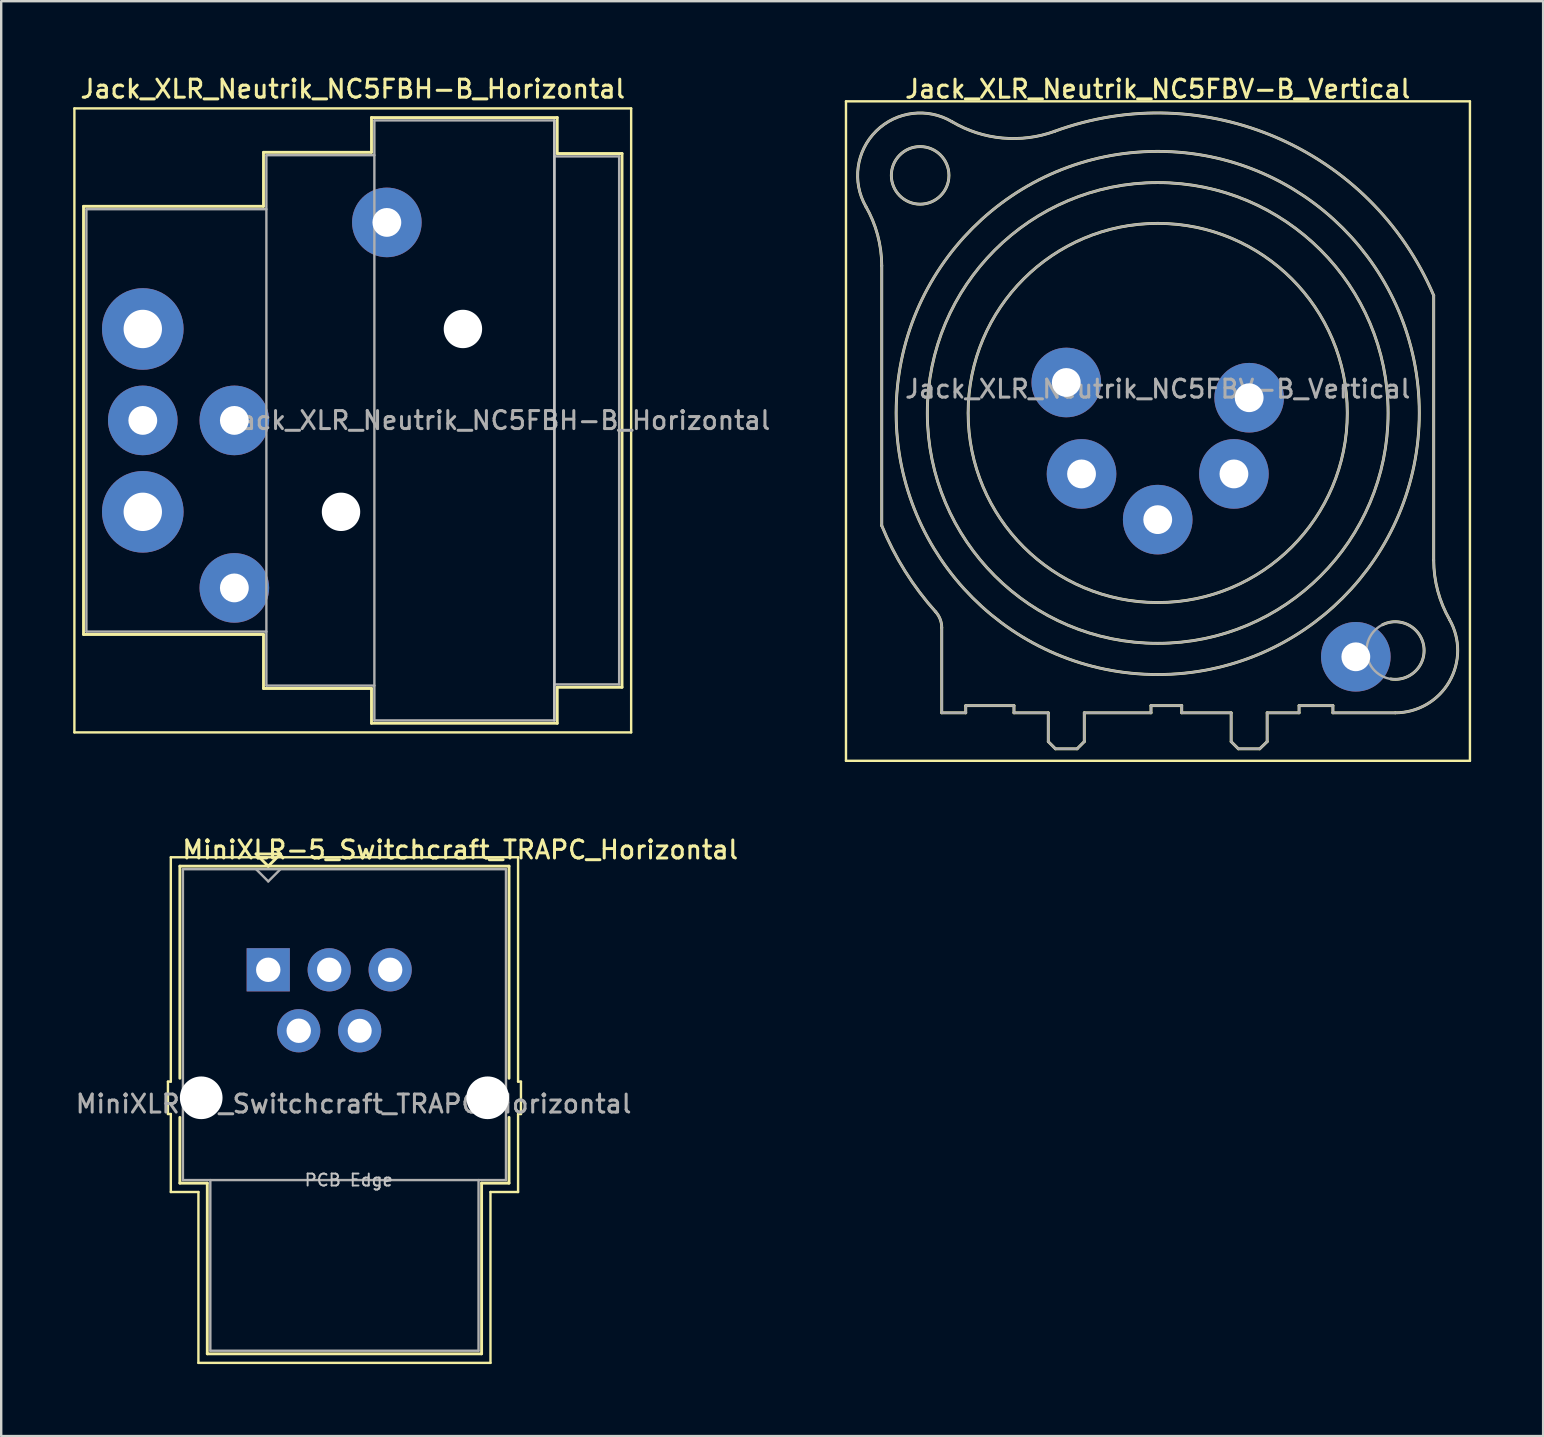
<source format=kicad_pcb>
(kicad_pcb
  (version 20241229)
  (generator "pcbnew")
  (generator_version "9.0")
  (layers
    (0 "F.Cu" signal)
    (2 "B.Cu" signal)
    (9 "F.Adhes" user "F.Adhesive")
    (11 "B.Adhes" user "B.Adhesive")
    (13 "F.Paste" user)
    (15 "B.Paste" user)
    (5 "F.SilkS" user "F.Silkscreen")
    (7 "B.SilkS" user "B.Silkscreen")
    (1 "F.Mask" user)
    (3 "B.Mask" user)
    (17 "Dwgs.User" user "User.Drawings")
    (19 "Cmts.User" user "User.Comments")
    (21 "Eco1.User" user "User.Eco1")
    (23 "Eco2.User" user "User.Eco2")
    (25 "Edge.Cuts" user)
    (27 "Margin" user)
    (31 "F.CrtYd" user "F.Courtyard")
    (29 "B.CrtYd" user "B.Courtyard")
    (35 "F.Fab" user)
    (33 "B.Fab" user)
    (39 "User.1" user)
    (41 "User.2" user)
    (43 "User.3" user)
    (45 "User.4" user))
  (footprint "Jack_XLR_Neutrik_NC5FBH-B_Horizontal"
    (layer "F.Cu")
    (at 2.9 10.658)
    (property "Reference" "Jack_XLR_Neutrik_NC5FBH-B_Horizontal" (at 8.75 -10 0) (layer "F.SilkS") (effects (font (size 0.75 0.75) (thickness 0.125))))
    (attr through_hole)
    (fp_line (start -2.85 -9.19) (end -2.85 16.81) (stroke (width 0.1) (type solid)) (layer "F.SilkS"))
    (fp_line (start -2.47 -5.11) (end -2.47 12.73) (stroke (width 0.12) (type solid)) (layer "F.SilkS"))
    (fp_line (start 5.03 -5.11) (end -2.47 -5.11) (stroke (width 0.12) (type solid)) (layer "F.SilkS"))
    (fp_line (start 5.03 -5.11) (end 5.03 -7.36) (stroke (width 0.12) (type solid)) (layer "F.SilkS"))
    (fp_line (start 5.03 12.73) (end -2.47 12.73) (stroke (width 0.12) (type solid)) (layer "F.SilkS"))
    (fp_line (start 5.03 12.73) (end 5.03 14.98) (stroke (width 0.12) (type solid)) (layer "F.SilkS"))
    (fp_line (start 9.53 -7.36) (end 5.03 -7.36) (stroke (width 0.12) (type solid)) (layer "F.SilkS"))
    (fp_line (start 9.53 -7.36) (end 9.53 -8.81) (stroke (width 0.12) (type solid)) (layer "F.SilkS"))
    (fp_line (start 9.53 14.98) (end 5.03 14.98) (stroke (width 0.12) (type solid)) (layer "F.SilkS"))
    (fp_line (start 9.53 16.43) (end 9.53 14.98) (stroke (width 0.12) (type solid)) (layer "F.SilkS"))
    (fp_line (start 17.27 -8.81) (end 9.53 -8.81) (stroke (width 0.12) (type solid)) (layer "F.SilkS"))
    (fp_line (start 17.27 -8.81) (end 17.27 -7.31) (stroke (width 0.12) (type solid)) (layer "F.SilkS"))
    (fp_line (start 17.27 -7.31) (end 19.97 -7.31) (stroke (width 0.12) (type solid)) (layer "F.SilkS"))
    (fp_line (start 17.27 14.93) (end 17.27 16.43) (stroke (width 0.12) (type solid)) (layer "F.SilkS"))
    (fp_line (start 17.27 14.93) (end 19.97 14.93) (stroke (width 0.12) (type solid)) (layer "F.SilkS"))
    (fp_line (start 17.27 16.43) (end 9.53 16.43) (stroke (width 0.12) (type solid)) (layer "F.SilkS"))
    (fp_line (start 19.97 -7.31) (end 19.97 14.93) (stroke (width 0.12) (type solid)) (layer "F.SilkS"))
    (fp_line (start 20.35 -9.19) (end -2.85 -9.19) (stroke (width 0.1) (type solid)) (layer "F.SilkS"))
    (fp_line (start 20.35 -9.19) (end 20.35 16.81) (stroke (width 0.1) (type solid)) (layer "F.SilkS"))
    (fp_line (start 20.35 16.81) (end -2.85 16.81) (stroke (width 0.1) (type solid)) (layer "F.SilkS"))
    (fp_line (start 17.15 -8.69) (end 17.15 16.31) (stroke (width 0.1) (type solid)) (layer "Dwgs.User"))
    (fp_line (start -2.35 -4.99) (end -2.35 12.61) (stroke (width 0.1) (type solid)) (layer "F.Fab"))
    (fp_line (start 5.15 -4.99) (end -2.35 -4.99) (stroke (width 0.1) (type solid)) (layer "F.Fab"))
    (fp_line (start 5.15 12.61) (end -2.35 12.61) (stroke (width 0.1) (type solid)) (layer "F.Fab"))
    (fp_line (start 5.15 14.86) (end 5.15 -7.24) (stroke (width 0.1) (type solid)) (layer "F.Fab"))
    (fp_line (start 5.15 14.86) (end 9.65 14.86) (stroke (width 0.1) (type solid)) (layer "F.Fab"))
    (fp_line (start 9.65 -8.69) (end 17.15 -8.69) (stroke (width 0.1) (type solid)) (layer "F.Fab"))
    (fp_line (start 9.65 -7.24) (end 5.15 -7.24) (stroke (width 0.1) (type solid)) (layer "F.Fab"))
    (fp_line (start 9.65 16.31) (end 9.65 -8.69) (stroke (width 0.1) (type solid)) (layer "F.Fab"))
    (fp_line (start 17.15 -8.69) (end 17.15 16.31) (stroke (width 0.1) (type solid)) (layer "F.Fab"))
    (fp_line (start 17.15 -7.19) (end 19.85 -7.19) (stroke (width 0.1) (type solid)) (layer "F.Fab"))
    (fp_line (start 17.15 16.31) (end 9.65 16.31) (stroke (width 0.1) (type solid)) (layer "F.Fab"))
    (fp_line (start 19.85 -7.19) (end 19.85 14.81) (stroke (width 0.1) (type solid)) (layer "F.Fab"))
    (fp_line (start 19.85 14.81) (end 17.15 14.81) (stroke (width 0.1) (type solid)) (layer "F.Fab"))
    (fp_text user "${REFERENCE}" (at 14.8 3.81 0) (layer "F.Fab") (effects (font (size 0.75 0.75) (thickness 0.125))))
    (pad "" np_thru_hole circle (at 8.26 7.62) (size 1.6 1.6) (drill 1.6) (layers "*.Cu" "*.Mask"))
    (pad "" np_thru_hole circle (at 13.34 0) (size 1.6 1.6) (drill 1.6) (layers "*.Cu" "*.Mask"))
    (pad "1" thru_hole circle (at 0 0) (size 3.4 3.4) (drill 1.6) (layers "*.Cu" "*.Mask"))
    (pad "2" thru_hole circle (at 3.815 3.81) (size 2.9 2.9) (drill 1.2) (layers "*.Cu" "*.Mask"))
    (pad "3" thru_hole circle (at 0 3.81) (size 2.9 2.9) (drill 1.2) (layers "*.Cu" "*.Mask"))
    (pad "4" thru_hole circle (at 3.815 10.79) (size 2.9 2.9) (drill 1.2) (layers "*.Cu" "*.Mask"))
    (pad "5" thru_hole circle (at 0 7.62) (size 3.4 3.4) (drill 1.6) (layers "*.Cu" "*.Mask"))
    (pad "G" thru_hole circle (at 10.17 -4.44) (size 2.9 2.9) (drill 1.2) (layers "*.Cu" "*.Mask")))
  (footprint "Jack_XLR_Neutrik_NC5FBV-B_Vertical"
    (layer "F.Cu")
    (at 49.002 13.523)
    (property "Reference" "Jack_XLR_Neutrik_NC5FBV-B_Vertical" (at -3.81 -12.865 0) (layer "F.SilkS") (effects (font (size 0.75 0.75) (thickness 0.125))))
    (attr through_hole)
    (fp_line (start -16.8 -12.35) (end 9.2 -12.35) (stroke (width 0.1) (type solid)) (layer "F.SilkS"))
    (fp_line (start -16.8 15.13) (end -16.8 -12.35) (stroke (width 0.1) (type solid)) (layer "F.SilkS"))
    (fp_line (start -15.31 -5.5) (end -15.31 5.33) (stroke (width 0.12) (type solid)) (layer "F.SilkS"))
    (fp_line (start -12.81 9.58) (end -12.81 13.13) (stroke (width 0.12) (type solid)) (layer "F.SilkS"))
    (fp_line (start -11.81 12.83) (end -11.81 13.13) (stroke (width 0.12) (type solid)) (layer "F.SilkS"))
    (fp_line (start -11.81 12.83) (end -9.8 12.83) (stroke (width 0.12) (type solid)) (layer "F.SilkS"))
    (fp_line (start -11.81 13.13) (end -12.81 13.13) (stroke (width 0.12) (type solid)) (layer "F.SilkS"))
    (fp_line (start -9.8 12.83) (end -9.8 13.13) (stroke (width 0.12) (type solid)) (layer "F.SilkS"))
    (fp_line (start -8.37 13.13) (end -9.8 13.13) (stroke (width 0.12) (type solid)) (layer "F.SilkS"))
    (fp_line (start -8.37 13.13) (end -8.37 14.33) (stroke (width 0.12) (type solid)) (layer "F.SilkS"))
    (fp_line (start -8.37 14.33) (end -8.07 14.63) (stroke (width 0.12) (type solid)) (layer "F.SilkS"))
    (fp_line (start -8.07 14.63) (end -7.17 14.63) (stroke (width 0.12) (type solid)) (layer "F.SilkS"))
    (fp_line (start -6.87 13.13) (end -6.87 14.33) (stroke (width 0.12) (type solid)) (layer "F.SilkS"))
    (fp_line (start -6.87 14.33) (end -7.17 14.63) (stroke (width 0.12) (type solid)) (layer "F.SilkS"))
    (fp_line (start -4.09 12.83) (end -4.09 13.13) (stroke (width 0.12) (type solid)) (layer "F.SilkS"))
    (fp_line (start -4.09 12.83) (end -2.81 12.83) (stroke (width 0.12) (type solid)) (layer "F.SilkS"))
    (fp_line (start -4.09 13.13) (end -6.87 13.13) (stroke (width 0.12) (type solid)) (layer "F.SilkS"))
    (fp_line (start -2.81 12.83) (end -2.81 13.13) (stroke (width 0.12) (type solid)) (layer "F.SilkS"))
    (fp_line (start -0.75 13.13) (end -2.81 13.13) (stroke (width 0.12) (type solid)) (layer "F.SilkS"))
    (fp_line (start -0.75 13.13) (end -0.75 14.33) (stroke (width 0.12) (type solid)) (layer "F.SilkS"))
    (fp_line (start -0.75 14.33) (end -0.45 14.63) (stroke (width 0.12) (type solid)) (layer "F.SilkS"))
    (fp_line (start -0.45 14.63) (end 0.44 14.63) (stroke (width 0.12) (type solid)) (layer "F.SilkS"))
    (fp_line (start 0.75 13.13) (end 0.75 14.33) (stroke (width 0.12) (type solid)) (layer "F.SilkS"))
    (fp_line (start 0.75 14.33) (end 0.44 14.63) (stroke (width 0.12) (type solid)) (layer "F.SilkS"))
    (fp_line (start 2.08 12.83) (end 2.08 13.13) (stroke (width 0.12) (type solid)) (layer "F.SilkS"))
    (fp_line (start 2.08 12.83) (end 3.49 12.83) (stroke (width 0.12) (type solid)) (layer "F.SilkS"))
    (fp_line (start 2.08 13.13) (end 0.75 13.13) (stroke (width 0.12) (type solid)) (layer "F.SilkS"))
    (fp_line (start 3.49 12.83) (end 3.49 13.13) (stroke (width 0.12) (type solid)) (layer "F.SilkS"))
    (fp_line (start 6.09 13.13) (end 3.49 13.13) (stroke (width 0.12) (type solid)) (layer "F.SilkS"))
    (fp_line (start 7.69 6.77) (end 7.69 -4.26) (stroke (width 0.12) (type solid)) (layer "F.SilkS"))
    (fp_line (start 9.2 -12.35) (end 9.2 15.13) (stroke (width 0.1) (type solid)) (layer "F.SilkS"))
    (fp_line (start 9.2 15.13) (end -16.8 15.13) (stroke (width 0.1) (type solid)) (layer "F.SilkS"))
    (fp_arc (start -15.978065 -7.979621) (mid -15.482459 -6.783342) (end -15.31 -5.5) (stroke (width 0.12) (type solid)) (layer "F.SilkS"))
    (fp_arc (start -15.970602 -7.965327) (mid -15.537562 -11.11648) (end -12.38 -11.5) (stroke (width 0.12) (type solid)) (layer "F.SilkS"))
    (fp_arc (start -13.064011 8.921714) (mid -12.875705 9.227203) (end -12.81 9.58) (stroke (width 0.12) (type solid)) (layer "F.SilkS"))
    (fp_arc (start -13.054249 8.9318) (mid -14.337308 7.228089) (end -15.31 5.33) (stroke (width 0.12) (type solid)) (layer "F.SilkS"))
    (fp_arc (start -8.116912 -11.097925) (mid 1.152301 -10.83612) (end 7.69 -4.26) (stroke (width 0.12) (type solid)) (layer "F.SilkS"))
    (fp_arc (start -8.098974 -11.103419) (mid -10.283992 -10.821287) (end -12.38 -11.5) (stroke (width 0.12) (type solid)) (layer "F.SilkS"))
    (fp_arc (start 5.554673 9.460872) (mid 7.276356 10.353655) (end 5.9 11.72) (stroke (width 0.12) (type solid)) (layer "F.SilkS"))
    (fp_arc (start 8.348442 9.241807) (mid 8.338255 11.83589) (end 6.09 13.13) (stroke (width 0.12) (type solid)) (layer "F.SilkS"))
    (fp_arc (start 8.351797 9.24598) (mid 7.859562 8.051113) (end 7.69 6.77) (stroke (width 0.12) (type solid)) (layer "F.SilkS"))
    (fp_circle (center -13.71 -9.265) (end -12.51 -9.265) (stroke (width 0.12) (type solid)) (fill no) (layer "F.SilkS"))
    (fp_circle (center -3.81 0.635) (end 4.09 0.635) (stroke (width 0.12) (type solid)) (fill no) (layer "F.SilkS"))
    (fp_circle (center -3.81 0.635) (end 5.79 0.635) (stroke (width 0.12) (type solid)) (fill no) (layer "F.SilkS"))
    (fp_circle (center -3.81 0.635) (end 7.09 0.635) (stroke (width 0.12) (type solid)) (fill no) (layer "F.SilkS"))
    (fp_line (start -15.31 -5.5) (end -15.31 5.33) (stroke (width 0.1) (type solid)) (layer "F.Fab"))
    (fp_line (start -12.81 9.58) (end -12.81 13.13) (stroke (width 0.1) (type solid)) (layer "F.Fab"))
    (fp_line (start -11.81 12.83) (end -11.81 13.13) (stroke (width 0.1) (type solid)) (layer "F.Fab"))
    (fp_line (start -11.81 12.83) (end -9.8 12.83) (stroke (width 0.1) (type solid)) (layer "F.Fab"))
    (fp_line (start -11.81 13.13) (end -12.81 13.13) (stroke (width 0.1) (type solid)) (layer "F.Fab"))
    (fp_line (start -9.8 12.83) (end -9.8 13.13) (stroke (width 0.1) (type solid)) (layer "F.Fab"))
    (fp_line (start -8.37 13.13) (end -9.8 13.13) (stroke (width 0.1) (type solid)) (layer "F.Fab"))
    (fp_line (start -8.37 13.13) (end -8.37 14.33) (stroke (width 0.1) (type solid)) (layer "F.Fab"))
    (fp_line (start -8.37 14.33) (end -8.07 14.63) (stroke (width 0.1) (type solid)) (layer "F.Fab"))
    (fp_line (start -8.07 14.63) (end -7.17 14.63) (stroke (width 0.1) (type solid)) (layer "F.Fab"))
    (fp_line (start -6.87 13.13) (end -6.87 14.33) (stroke (width 0.1) (type solid)) (layer "F.Fab"))
    (fp_line (start -6.87 14.33) (end -7.17 14.63) (stroke (width 0.1) (type solid)) (layer "F.Fab"))
    (fp_line (start -4.09 12.83) (end -4.09 13.13) (stroke (width 0.1) (type solid)) (layer "F.Fab"))
    (fp_line (start -4.09 12.83) (end -2.81 12.83) (stroke (width 0.1) (type solid)) (layer "F.Fab"))
    (fp_line (start -4.09 13.13) (end -6.87 13.13) (stroke (width 0.1) (type solid)) (layer "F.Fab"))
    (fp_line (start -2.81 12.83) (end -2.81 13.13) (stroke (width 0.1) (type solid)) (layer "F.Fab"))
    (fp_line (start -0.75 13.13) (end -2.81 13.13) (stroke (width 0.1) (type solid)) (layer "F.Fab"))
    (fp_line (start -0.75 13.13) (end -0.75 14.33) (stroke (width 0.1) (type solid)) (layer "F.Fab"))
    (fp_line (start -0.75 14.33) (end -0.45 14.63) (stroke (width 0.1) (type solid)) (layer "F.Fab"))
    (fp_line (start -0.45 14.63) (end 0.44 14.63) (stroke (width 0.1) (type solid)) (layer "F.Fab"))
    (fp_line (start 0.75 13.13) (end 0.75 14.33) (stroke (width 0.1) (type solid)) (layer "F.Fab"))
    (fp_line (start 0.75 14.33) (end 0.44 14.63) (stroke (width 0.1) (type solid)) (layer "F.Fab"))
    (fp_line (start 2.08 12.83) (end 2.08 13.13) (stroke (width 0.1) (type solid)) (layer "F.Fab"))
    (fp_line (start 2.08 12.83) (end 3.49 12.83) (stroke (width 0.1) (type solid)) (layer "F.Fab"))
    (fp_line (start 2.08 13.13) (end 0.75 13.13) (stroke (width 0.1) (type solid)) (layer "F.Fab"))
    (fp_line (start 3.49 12.83) (end 3.49 13.13) (stroke (width 0.1) (type solid)) (layer "F.Fab"))
    (fp_line (start 6.09 13.13) (end 3.49 13.13) (stroke (width 0.1) (type solid)) (layer "F.Fab"))
    (fp_line (start 7.69 6.77) (end 7.69 -4.26) (stroke (width 0.1) (type solid)) (layer "F.Fab"))
    (fp_arc (start -15.978065 -7.979621) (mid -15.482459 -6.783342) (end -15.31 -5.5) (stroke (width 0.1) (type solid)) (layer "F.Fab"))
    (fp_arc (start -15.970602 -7.965327) (mid -15.537562 -11.11648) (end -12.38 -11.5) (stroke (width 0.1) (type solid)) (layer "F.Fab"))
    (fp_arc (start -13.064011 8.921714) (mid -12.875705 9.227203) (end -12.81 9.58) (stroke (width 0.1) (type solid)) (layer "F.Fab"))
    (fp_arc (start -13.054249 8.9318) (mid -14.337308 7.228089) (end -15.31 5.33) (stroke (width 0.1) (type solid)) (layer "F.Fab"))
    (fp_arc (start -8.116912 -11.097925) (mid 1.152301 -10.83612) (end 7.69 -4.26) (stroke (width 0.1) (type solid)) (layer "F.Fab"))
    (fp_arc (start -8.098974 -11.103419) (mid -10.283992 -10.821287) (end -12.38 -11.5) (stroke (width 0.1) (type solid)) (layer "F.Fab"))
    (fp_arc (start 8.348442 9.241807) (mid 8.338255 11.83589) (end 6.09 13.13) (stroke (width 0.1) (type solid)) (layer "F.Fab"))
    (fp_arc (start 8.351797 9.24598) (mid 7.859562 8.051113) (end 7.69 6.77) (stroke (width 0.1) (type solid)) (layer "F.Fab"))
    (fp_circle (center -13.71 -9.265) (end -12.51 -9.265) (stroke (width 0.1) (type solid)) (fill no) (layer "F.Fab"))
    (fp_circle (center -3.81 0.635) (end 4.09 0.635) (stroke (width 0.1) (type solid)) (fill no) (layer "F.Fab"))
    (fp_circle (center -3.81 0.635) (end 5.79 0.635) (stroke (width 0.1) (type solid)) (fill no) (layer "F.Fab"))
    (fp_circle (center -3.81 0.635) (end 7.09 0.635) (stroke (width 0.1) (type solid)) (fill no) (layer "F.Fab"))
    (fp_circle (center 6.09 10.535) (end 7.29 10.535) (stroke (width 0.1) (type solid)) (fill no) (layer "F.Fab"))
    (fp_text user "${REFERENCE}" (at -3.81 -0.365 0) (layer "F.Fab") (effects (font (size 0.75 0.75) (thickness 0.125))))
    (pad "1" thru_hole circle (at 0 0) (size 2.9 2.9) (drill 1.2) (layers "*.Cu" "*.Mask"))
    (pad "2" thru_hole circle (at -0.635 3.175) (size 2.9 2.9) (drill 1.2) (layers "*.Cu" "*.Mask"))
    (pad "3" thru_hole circle (at -3.81 5.08) (size 2.9 2.9) (drill 1.2) (layers "*.Cu" "*.Mask"))
    (pad "4" thru_hole circle (at -6.985 3.175) (size 2.9 2.9) (drill 1.2) (layers "*.Cu" "*.Mask"))
    (pad "5" thru_hole circle (at -7.62 -0.635) (size 2.9 2.9) (drill 1.2) (layers "*.Cu" "*.Mask"))
    (pad "G" thru_hole circle (at 4.445 10.795) (size 2.9 2.9) (drill 1.2) (layers "*.Cu" "*.Mask")))
  (footprint "MiniXLR-5_Switchcraft_TRAPC_Horizontal"
    (layer "F.Cu")
    (at 8.128 37.361)
    (property "Reference" "MiniXLR-5_Switchcraft_TRAPC_Horizontal" (at 8 -5 180) (layer "F.SilkS") (effects (font (size 0.75 0.75) (thickness 0.125))))
    (attr through_hole)
    (fp_line (start -4.18 4.66) (end -4.18 6.01) (stroke (width 0.1) (type solid)) (layer "F.SilkS"))
    (fp_line (start -4.18 6.01) (end -4.06 6.01) (stroke (width 0.1) (type solid)) (layer "F.SilkS"))
    (fp_line (start -4.06 -4.69) (end -4.06 4.66) (stroke (width 0.1) (type solid)) (layer "F.SilkS"))
    (fp_line (start -4.06 -4.69) (end 10.41 -4.69) (stroke (width 0.1) (type solid)) (layer "F.SilkS"))
    (fp_line (start -4.06 4.66) (end -4.18 4.66) (stroke (width 0.1) (type solid)) (layer "F.SilkS"))
    (fp_line (start -4.06 6.01) (end -4.06 9.26) (stroke (width 0.1) (type solid)) (layer "F.SilkS"))
    (fp_line (start -3.683 4.52) (end -3.683 -4.318) (stroke (width 0.12) (type solid)) (layer "F.SilkS"))
    (fp_line (start -3.683 8.89) (end -3.683 6.15) (stroke (width 0.12) (type solid)) (layer "F.SilkS"))
    (fp_line (start -2.91 9.26) (end -4.06 9.26) (stroke (width 0.1) (type solid)) (layer "F.SilkS"))
    (fp_line (start -2.91 16.38) (end -2.91 9.26) (stroke (width 0.1) (type solid)) (layer "F.SilkS"))
    (fp_line (start -2.54 8.89) (end -3.683 8.89) (stroke (width 0.12) (type solid)) (layer "F.SilkS"))
    (fp_line (start -2.54 16.002) (end -2.54 8.89) (stroke (width 0.12) (type solid)) (layer "F.SilkS"))
    (fp_line (start -0.508 -4.826) (end 0.508 -4.826) (stroke (width 0.12) (type solid)) (layer "F.SilkS"))
    (fp_line (start 0 -4.318) (end -0.508 -4.826) (stroke (width 0.12) (type solid)) (layer "F.SilkS"))
    (fp_line (start 0.508 -4.826) (end 0 -4.318) (stroke (width 0.12) (type solid)) (layer "F.SilkS"))
    (fp_line (start 8.89 8.89) (end 8.89 16.002) (stroke (width 0.12) (type solid)) (layer "F.SilkS"))
    (fp_line (start 8.89 16.002) (end -2.54 16.002) (stroke (width 0.12) (type solid)) (layer "F.SilkS"))
    (fp_line (start 9.26 16.38) (end -2.91 16.38) (stroke (width 0.1) (type solid)) (layer "F.SilkS"))
    (fp_line (start 9.26 16.38) (end 9.26 9.26) (stroke (width 0.1) (type solid)) (layer "F.SilkS"))
    (fp_line (start 10.033 -4.318) (end -3.683 -4.318) (stroke (width 0.12) (type solid)) (layer "F.SilkS"))
    (fp_line (start 10.033 4.52) (end 10.033 -4.318) (stroke (width 0.12) (type solid)) (layer "F.SilkS"))
    (fp_line (start 10.033 8.89) (end 8.89 8.89) (stroke (width 0.12) (type solid)) (layer "F.SilkS"))
    (fp_line (start 10.033 8.89) (end 10.033 6.15) (stroke (width 0.12) (type solid)) (layer "F.SilkS"))
    (fp_line (start 10.41 4.66) (end 10.41 -4.69) (stroke (width 0.1) (type solid)) (layer "F.SilkS"))
    (fp_line (start 10.41 6.01) (end 10.53 6.01) (stroke (width 0.1) (type solid)) (layer "F.SilkS"))
    (fp_line (start 10.41 9.26) (end 9.26 9.26) (stroke (width 0.1) (type solid)) (layer "F.SilkS"))
    (fp_line (start 10.41 9.26) (end 10.41 6.01) (stroke (width 0.1) (type solid)) (layer "F.SilkS"))
    (fp_line (start 10.53 4.66) (end 10.41 4.66) (stroke (width 0.1) (type solid)) (layer "F.SilkS"))
    (fp_line (start 10.53 6.01) (end 10.53 4.66) (stroke (width 0.1) (type solid)) (layer "F.SilkS"))
    (fp_line (start -3.556 -4.191) (end 9.906 -4.191) (stroke (width 0.1) (type solid)) (layer "F.Fab"))
    (fp_line (start -3.556 8.763) (end -3.556 -4.191) (stroke (width 0.1) (type solid)) (layer "F.Fab"))
    (fp_line (start -3.556 8.763) (end 9.906 8.763) (stroke (width 0.1) (type solid)) (layer "F.Fab"))
    (fp_line (start -2.413 8.763) (end -2.413 15.875) (stroke (width 0.1) (type solid)) (layer "F.Fab"))
    (fp_line (start -2.413 15.875) (end 8.763 15.875) (stroke (width 0.1) (type solid)) (layer "F.Fab"))
    (fp_line (start -0.508 -4.191) (end 0 -3.683) (stroke (width 0.1) (type solid)) (layer "F.Fab"))
    (fp_line (start 0 -3.683) (end 0.508 -4.191) (stroke (width 0.1) (type solid)) (layer "F.Fab"))
    (fp_line (start 8.763 15.875) (end 8.763 8.763) (stroke (width 0.1) (type solid)) (layer "F.Fab"))
    (fp_line (start 9.906 8.763) (end 9.906 -4.191) (stroke (width 0.1) (type solid)) (layer "F.Fab"))
    (fp_text user "PCB Edge" (at 3.355 8.763 180) (layer "Dwgs.User") (effects (font (size 0.5 0.5) (thickness 0.08))))
    (fp_text user "${REFERENCE}" (at 3.556 5.588 180) (layer "F.Fab") (effects (font (size 0.75 0.75) (thickness 0.125))))
    (pad "" np_thru_hole circle (at -2.794 5.334 180) (size 1.778 1.778) (drill 1.778) (layers "*.Cu" "*.Mask"))
    (pad "" np_thru_hole circle (at 9.144 5.334 180) (size 1.778 1.778) (drill 1.778) (layers "*.Cu" "*.Mask"))
    (pad "1" thru_hole rect (at 0 0 180) (size 1.8 1.8) (drill 1.016) (layers "*.Cu" "*.Mask"))
    (pad "2" thru_hole circle (at 1.27 2.54 180) (size 1.8 1.8) (drill 1.016) (layers "*.Cu" "*.Mask"))
    (pad "3" thru_hole circle (at 3.81 2.54 180) (size 1.8 1.8) (drill 1) (layers "*.Cu" "*.Mask"))
    (pad "4" thru_hole circle (at 5.08 0 180) (size 1.8 1.8) (drill 1.016) (layers "*.Cu" "*.Mask"))
    (pad "5" thru_hole circle (at 2.54 0 180) (size 1.8 1.8) (drill 1.016) (layers "*.Cu" "*.Mask")))
  (gr_rect
    (start -3 -3)
    (end 61.252 56.791)
    (stroke (width 0.1) (type default))
    (fill no)
    (layer "Edge.Cuts")))
</source>
